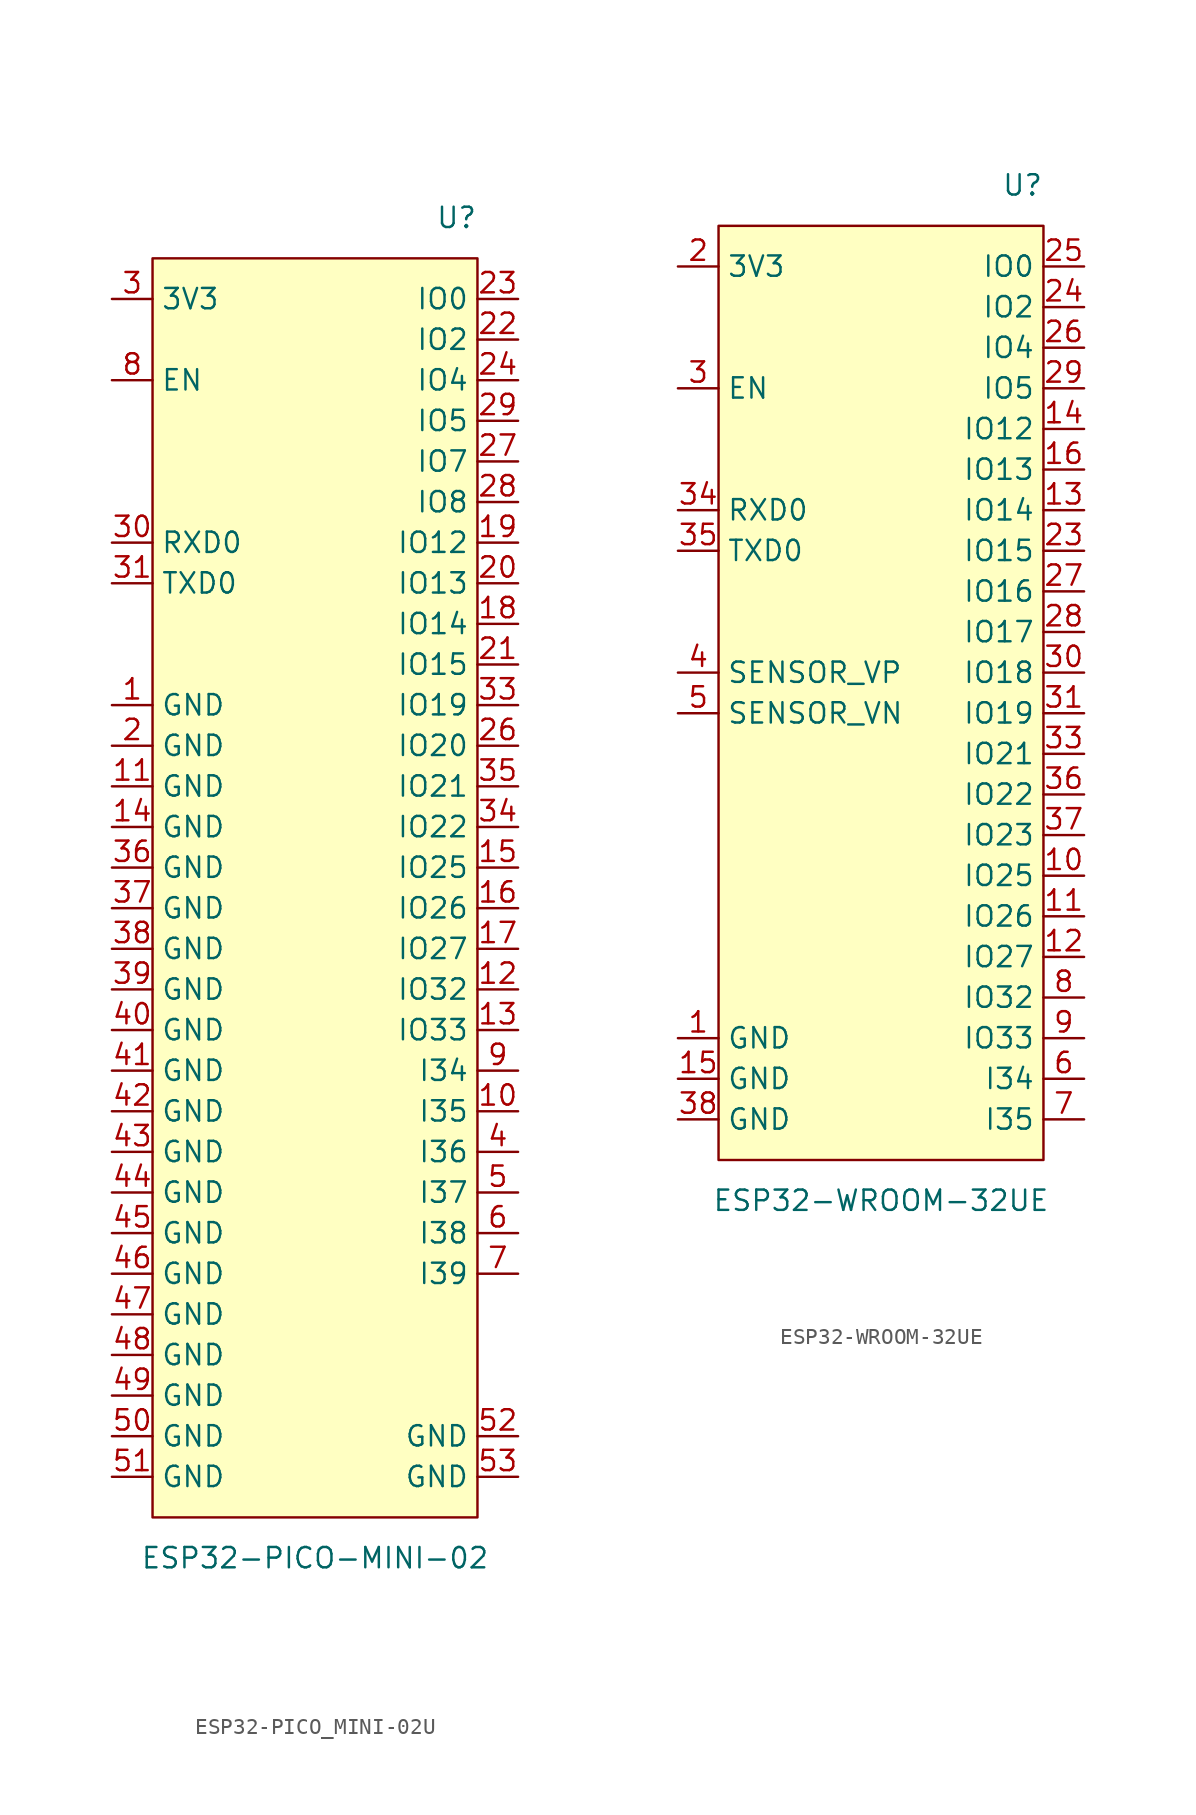
<source format=kicad_sym>
(kicad_symbol_lib
  (version 20231120)
  (generator "kicad_symbol_editor")
  (generator_version "8.0")
  (symbol "ESP32-PICO_MINI-02U"
    (property "Reference" "U"
      (at 10.16 41.91 0)
      (effects (font (size 1.27 1.27)) (justify right)))
    (property "Value" "ESP32-PICO-MINI-02"
      (at 0 -41.91 0)
      (effects (font (size 1.27 1.27))))
    (symbol "ESP32-PICO_MINI-02U_0_0"
      (pin power_in line (at -12.7 11.43 0) (length 2.54) (name "GND" (effects (font (size 1.27 1.27)))) (number "1" (effects (font (size 1.27 1.27)))))
      (pin input line (at 12.7 -13.97 180) (length 2.54) (name "I35" (effects (font (size 1.27 1.27)))) (number "10" (effects (font (size 1.27 1.27)))))
      (pin power_in line (at -12.7 6.35 0) (length 2.54) (name "GND" (effects (font (size 1.27 1.27)))) (number "11" (effects (font (size 1.27 1.27)))))
      (pin bidirectional line (at 12.7 -6.35 180) (length 2.54) (name "IO32" (effects (font (size 1.27 1.27)))) (number "12" (effects (font (size 1.27 1.27)))))
      (pin bidirectional line (at 12.7 -8.89 180) (length 2.54) (name "IO33" (effects (font (size 1.27 1.27)))) (number "13" (effects (font (size 1.27 1.27)))))
      (pin power_in line (at -12.7 3.81 0) (length 2.54) (name "GND" (effects (font (size 1.27 1.27)))) (number "14" (effects (font (size 1.27 1.27)))))
      (pin bidirectional line (at 12.7 1.27 180) (length 2.54) (name "IO25" (effects (font (size 1.27 1.27)))) (number "15" (effects (font (size 1.27 1.27)))))
      (pin bidirectional line (at 12.7 -1.27 180) (length 2.54) (name "IO26" (effects (font (size 1.27 1.27)))) (number "16" (effects (font (size 1.27 1.27)))))
      (pin bidirectional line (at 12.7 -3.81 180) (length 2.54) (name "IO27" (effects (font (size 1.27 1.27)))) (number "17" (effects (font (size 1.27 1.27)))))
      (pin bidirectional line (at 12.7 16.51 180) (length 2.54) (name "IO14" (effects (font (size 1.27 1.27)))) (number "18" (effects (font (size 1.27 1.27)))))
      (pin bidirectional line (at 12.7 21.59 180) (length 2.54) (name "IO12" (effects (font (size 1.27 1.27)))) (number "19" (effects (font (size 1.27 1.27)))))
      (pin power_in line (at -12.7 8.89 0) (length 2.54) (name "GND" (effects (font (size 1.27 1.27)))) (number "2" (effects (font (size 1.27 1.27)))))
      (pin bidirectional line (at 12.7 19.05 180) (length 2.54) (name "IO13" (effects (font (size 1.27 1.27)))) (number "20" (effects (font (size 1.27 1.27)))))
      (pin bidirectional line (at 12.7 13.97 180) (length 2.54) (name "IO15" (effects (font (size 1.27 1.27)))) (number "21" (effects (font (size 1.27 1.27)))))
      (pin bidirectional line (at 12.7 34.29 180) (length 2.54) (name "IO2" (effects (font (size 1.27 1.27)))) (number "22" (effects (font (size 1.27 1.27)))))
      (pin bidirectional line (at 12.7 36.83 180) (length 2.54) (name "IO0" (effects (font (size 1.27 1.27)))) (number "23" (effects (font (size 1.27 1.27)))))
      (pin bidirectional line (at 12.7 31.75 180) (length 2.54) (name "IO4" (effects (font (size 1.27 1.27)))) (number "24" (effects (font (size 1.27 1.27)))))
      (pin bidirectional line (at 12.7 8.89 180) (length 2.54) (name "IO20" (effects (font (size 1.27 1.27)))) (number "26" (effects (font (size 1.27 1.27)))))
      (pin bidirectional line (at 12.7 26.67 180) (length 2.54) (name "IO7" (effects (font (size 1.27 1.27)))) (number "27" (effects (font (size 1.27 1.27)))))
      (pin bidirectional line (at 12.7 24.13 180) (length 2.54) (name "IO8" (effects (font (size 1.27 1.27)))) (number "28" (effects (font (size 1.27 1.27)))))
      (pin bidirectional line (at 12.7 29.21 180) (length 2.54) (name "IO5" (effects (font (size 1.27 1.27)))) (number "29" (effects (font (size 1.27 1.27)))))
      (pin power_in line (at -12.7 36.83 0) (length 2.54) (name "3V3" (effects (font (size 1.27 1.27)))) (number "3" (effects (font (size 1.27 1.27)))))
      (pin bidirectional line (at -12.7 21.59 0) (length 2.54) (name "RXD0" (effects (font (size 1.27 1.27)))) (number "30" (effects (font (size 1.27 1.27)))))
      (pin bidirectional line (at -12.7 19.05 0) (length 2.54) (name "TXD0" (effects (font (size 1.27 1.27)))) (number "31" (effects (font (size 1.27 1.27)))))
      (pin bidirectional line (at 12.7 11.43 180) (length 2.54) (name "IO19" (effects (font (size 1.27 1.27)))) (number "33" (effects (font (size 1.27 1.27)))))
      (pin bidirectional line (at 12.7 3.81 180) (length 2.54) (name "IO22" (effects (font (size 1.27 1.27)))) (number "34" (effects (font (size 1.27 1.27)))))
      (pin bidirectional line (at 12.7 6.35 180) (length 2.54) (name "IO21" (effects (font (size 1.27 1.27)))) (number "35" (effects (font (size 1.27 1.27)))))
      (pin power_in line (at -12.7 1.27 0) (length 2.54) (name "GND" (effects (font (size 1.27 1.27)))) (number "36" (effects (font (size 1.27 1.27)))))
      (pin power_in line (at -12.7 -1.27 0) (length 2.54) (name "GND" (effects (font (size 1.27 1.27)))) (number "37" (effects (font (size 1.27 1.27)))))
      (pin power_in line (at -12.7 -3.81 0) (length 2.54) (name "GND" (effects (font (size 1.27 1.27)))) (number "38" (effects (font (size 1.27 1.27)))))
      (pin power_in line (at -12.7 -6.35 0) (length 2.54) (name "GND" (effects (font (size 1.27 1.27)))) (number "39" (effects (font (size 1.27 1.27)))))
      (pin input line (at 12.7 -16.51 180) (length 2.54) (name "I36" (effects (font (size 1.27 1.27)))) (number "4" (effects (font (size 1.27 1.27)))))
      (pin power_in line (at -12.7 -8.89 0) (length 2.54) (name "GND" (effects (font (size 1.27 1.27)))) (number "40" (effects (font (size 1.27 1.27)))))
      (pin power_in line (at -12.7 -11.43 0) (length 2.54) (name "GND" (effects (font (size 1.27 1.27)))) (number "41" (effects (font (size 1.27 1.27)))))
      (pin power_in line (at -12.7 -13.97 0) (length 2.54) (name "GND" (effects (font (size 1.27 1.27)))) (number "42" (effects (font (size 1.27 1.27)))))
      (pin power_in line (at -12.7 -16.51 0) (length 2.54) (name "GND" (effects (font (size 1.27 1.27)))) (number "43" (effects (font (size 1.27 1.27)))))
      (pin power_in line (at -12.7 -19.05 0) (length 2.54) (name "GND" (effects (font (size 1.27 1.27)))) (number "44" (effects (font (size 1.27 1.27)))))
      (pin power_in line (at -12.7 -21.59 0) (length 2.54) (name "GND" (effects (font (size 1.27 1.27)))) (number "45" (effects (font (size 1.27 1.27)))))
      (pin power_in line (at -12.7 -24.13 0) (length 2.54) (name "GND" (effects (font (size 1.27 1.27)))) (number "46" (effects (font (size 1.27 1.27)))))
      (pin power_in line (at -12.7 -26.67 0) (length 2.54) (name "GND" (effects (font (size 1.27 1.27)))) (number "47" (effects (font (size 1.27 1.27)))))
      (pin power_in line (at -12.7 -29.21 0) (length 2.54) (name "GND" (effects (font (size 1.27 1.27)))) (number "48" (effects (font (size 1.27 1.27)))))
      (pin power_in line (at -12.7 -31.75 0) (length 2.54) (name "GND" (effects (font (size 1.27 1.27)))) (number "49" (effects (font (size 1.27 1.27)))))
      (pin input line (at 12.7 -19.05 180) (length 2.54) (name "I37" (effects (font (size 1.27 1.27)))) (number "5" (effects (font (size 1.27 1.27)))))
      (pin power_in line (at -12.7 -34.29 0) (length 2.54) (name "GND" (effects (font (size 1.27 1.27)))) (number "50" (effects (font (size 1.27 1.27)))))
      (pin power_in line (at -12.7 -36.83 0) (length 2.54) (name "GND" (effects (font (size 1.27 1.27)))) (number "51" (effects (font (size 1.27 1.27)))))
      (pin power_in line (at 12.7 -34.29 180) (length 2.54) (name "GND" (effects (font (size 1.27 1.27)))) (number "52" (effects (font (size 1.27 1.27)))))
      (pin power_in line (at 12.7 -36.83 180) (length 2.54) (name "GND" (effects (font (size 1.27 1.27)))) (number "53" (effects (font (size 1.27 1.27)))))
      (pin input line (at 12.7 -21.59 180) (length 2.54) (name "I38" (effects (font (size 1.27 1.27)))) (number "6" (effects (font (size 1.27 1.27)))))
      (pin input line (at 12.7 -24.13 180) (length 2.54) (name "I39" (effects (font (size 1.27 1.27)))) (number "7" (effects (font (size 1.27 1.27)))))
      (pin input line (at -12.7 31.75 0) (length 2.54) (name "EN" (effects (font (size 1.27 1.27)))) (number "8" (effects (font (size 1.27 1.27)))))
      (pin input line (at 12.7 -11.43 180) (length 2.54) (name "I34" (effects (font (size 1.27 1.27)))) (number "9" (effects (font (size 1.27 1.27))))))
    (symbol "ESP32-PICO_MINI-02U_1_0"
      (pin no_connect line (at 0 0 0) (length 2.54) hide (name "NC" (effects (font (size 1.27 1.27)))) (number "25" (effects (font (size 1.27 1.27)))))
      (pin no_connect line (at 0 0 0) (length 2.54) hide (name "NC" (effects (font (size 1.27 1.27)))) (number "32" (effects (font (size 1.27 1.27))))))
    (symbol "ESP32-PICO_MINI-02U_1_1"
      (rectangle (start -10.16 39.37) (end 10.16 -39.37) (stroke (width 0) (type default)) (fill (type background)))))
  (symbol "ESP32-WROOM-32UE"
    (property "Reference" "U"
      (at 10.16 31.75 0)
      (effects (font (size 1.27 1.27)) (justify right)))
    (property "Value" "ESP32-WROOM-32UE"
      (at 0 -31.75 0)
      (effects (font (size 1.27 1.27))))
    (symbol "ESP32-WROOM-32UE_0_0"
      (pin power_in line (at -12.7 -21.59 0) (length 2.54) (name "GND" (effects (font (size 1.27 1.27)))) (number "1" (effects (font (size 1.27 1.27)))))
      (pin bidirectional line (at 12.7 -11.43 180) (length 2.54) (name "IO25" (effects (font (size 1.27 1.27)))) (number "10" (effects (font (size 1.27 1.27)))))
      (pin bidirectional line (at 12.7 -13.97 180) (length 2.54) (name "IO26" (effects (font (size 1.27 1.27)))) (number "11" (effects (font (size 1.27 1.27)))))
      (pin bidirectional line (at 12.7 -16.51 180) (length 2.54) (name "IO27" (effects (font (size 1.27 1.27)))) (number "12" (effects (font (size 1.27 1.27)))))
      (pin bidirectional line (at 12.7 11.43 180) (length 2.54) (name "IO14" (effects (font (size 1.27 1.27)))) (number "13" (effects (font (size 1.27 1.27)))))
      (pin bidirectional line (at 12.7 16.51 180) (length 2.54) (name "IO12" (effects (font (size 1.27 1.27)))) (number "14" (effects (font (size 1.27 1.27)))))
      (pin power_in line (at -12.7 -24.13 0) (length 2.54) (name "GND" (effects (font (size 1.27 1.27)))) (number "15" (effects (font (size 1.27 1.27)))))
      (pin bidirectional line (at 12.7 13.97 180) (length 2.54) (name "IO13" (effects (font (size 1.27 1.27)))) (number "16" (effects (font (size 1.27 1.27)))))
      (pin power_in line (at -12.7 26.67 0) (length 2.54) (name "3V3" (effects (font (size 1.27 1.27)))) (number "2" (effects (font (size 1.27 1.27)))))
      (pin bidirectional line (at 12.7 8.89 180) (length 2.54) (name "IO15" (effects (font (size 1.27 1.27)))) (number "23" (effects (font (size 1.27 1.27)))))
      (pin bidirectional line (at 12.7 24.13 180) (length 2.54) (name "IO2" (effects (font (size 1.27 1.27)))) (number "24" (effects (font (size 1.27 1.27)))))
      (pin bidirectional line (at 12.7 26.67 180) (length 2.54) (name "IO0" (effects (font (size 1.27 1.27)))) (number "25" (effects (font (size 1.27 1.27)))))
      (pin bidirectional line (at 12.7 21.59 180) (length 2.54) (name "IO4" (effects (font (size 1.27 1.27)))) (number "26" (effects (font (size 1.27 1.27)))))
      (pin bidirectional line (at 12.7 6.35 180) (length 2.54) (name "IO16" (effects (font (size 1.27 1.27)))) (number "27" (effects (font (size 1.27 1.27)))))
      (pin bidirectional line (at 12.7 3.81 180) (length 2.54) (name "IO17" (effects (font (size 1.27 1.27)))) (number "28" (effects (font (size 1.27 1.27)))))
      (pin bidirectional line (at 12.7 19.05 180) (length 2.54) (name "IO5" (effects (font (size 1.27 1.27)))) (number "29" (effects (font (size 1.27 1.27)))))
      (pin input line (at -12.7 19.05 0) (length 2.54) (name "EN" (effects (font (size 1.27 1.27)))) (number "3" (effects (font (size 1.27 1.27)))))
      (pin bidirectional line (at 12.7 1.27 180) (length 2.54) (name "IO18" (effects (font (size 1.27 1.27)))) (number "30" (effects (font (size 1.27 1.27)))))
      (pin bidirectional line (at 12.7 -1.27 180) (length 2.54) (name "IO19" (effects (font (size 1.27 1.27)))) (number "31" (effects (font (size 1.27 1.27)))))
      (pin bidirectional line (at 12.7 -3.81 180) (length 2.54) (name "IO21" (effects (font (size 1.27 1.27)))) (number "33" (effects (font (size 1.27 1.27)))))
      (pin bidirectional line (at -12.7 11.43 0) (length 2.54) (name "RXD0" (effects (font (size 1.27 1.27)))) (number "34" (effects (font (size 1.27 1.27)))))
      (pin bidirectional line (at -12.7 8.89 0) (length 2.54) (name "TXD0" (effects (font (size 1.27 1.27)))) (number "35" (effects (font (size 1.27 1.27)))))
      (pin bidirectional line (at 12.7 -6.35 180) (length 2.54) (name "IO22" (effects (font (size 1.27 1.27)))) (number "36" (effects (font (size 1.27 1.27)))))
      (pin bidirectional line (at 12.7 -8.89 180) (length 2.54) (name "IO23" (effects (font (size 1.27 1.27)))) (number "37" (effects (font (size 1.27 1.27)))))
      (pin power_in line (at -12.7 -26.67 0) (length 2.54) (name "GND" (effects (font (size 1.27 1.27)))) (number "38" (effects (font (size 1.27 1.27)))))
      (pin input line (at -12.7 1.27 0) (length 2.54) (name "SENSOR_VP" (effects (font (size 1.27 1.27)))) (number "4" (effects (font (size 1.27 1.27)))))
      (pin input line (at -12.7 -1.27 0) (length 2.54) (name "SENSOR_VN" (effects (font (size 1.27 1.27)))) (number "5" (effects (font (size 1.27 1.27)))))
      (pin input line (at 12.7 -24.13 180) (length 2.54) (name "I34" (effects (font (size 1.27 1.27)))) (number "6" (effects (font (size 1.27 1.27)))))
      (pin input line (at 12.7 -26.67 180) (length 2.54) (name "I35" (effects (font (size 1.27 1.27)))) (number "7" (effects (font (size 1.27 1.27)))))
      (pin bidirectional line (at 12.7 -19.05 180) (length 2.54) (name "IO32" (effects (font (size 1.27 1.27)))) (number "8" (effects (font (size 1.27 1.27)))))
      (pin bidirectional line (at 12.7 -21.59 180) (length 2.54) (name "IO33" (effects (font (size 1.27 1.27)))) (number "9" (effects (font (size 1.27 1.27))))))
    (symbol "ESP32-WROOM-32UE_1_0"
      (pin no_connect line (at 0 0 0) (length 2.54) hide (name "NC" (effects (font (size 1.27 1.27)))) (number "17" (effects (font (size 1.27 1.27)))))
      (pin no_connect line (at 0 0 0) (length 2.54) hide (name "NC" (effects (font (size 1.27 1.27)))) (number "18" (effects (font (size 1.27 1.27)))))
      (pin no_connect line (at 0 0 0) (length 2.54) hide (name "NC" (effects (font (size 1.27 1.27)))) (number "19" (effects (font (size 1.27 1.27)))))
      (pin no_connect line (at 0 0 0) (length 2.54) hide (name "NC" (effects (font (size 1.27 1.27)))) (number "20" (effects (font (size 1.27 1.27)))))
      (pin no_connect line (at 0 0 0) (length 2.54) hide (name "NC" (effects (font (size 1.27 1.27)))) (number "21" (effects (font (size 1.27 1.27)))))
      (pin no_connect line (at 0 0 0) (length 2.54) hide (name "NC" (effects (font (size 1.27 1.27)))) (number "22" (effects (font (size 1.27 1.27)))))
      (pin no_connect line (at 0 0 0) (length 2.54) hide (name "NC" (effects (font (size 1.27 1.27)))) (number "32" (effects (font (size 1.27 1.27))))))
    (symbol "ESP32-WROOM-32UE_1_1"
      (rectangle (start -10.16 29.21) (end 10.16 -29.21) (stroke (width 0) (type default)) (fill (type background))))))
</source>
